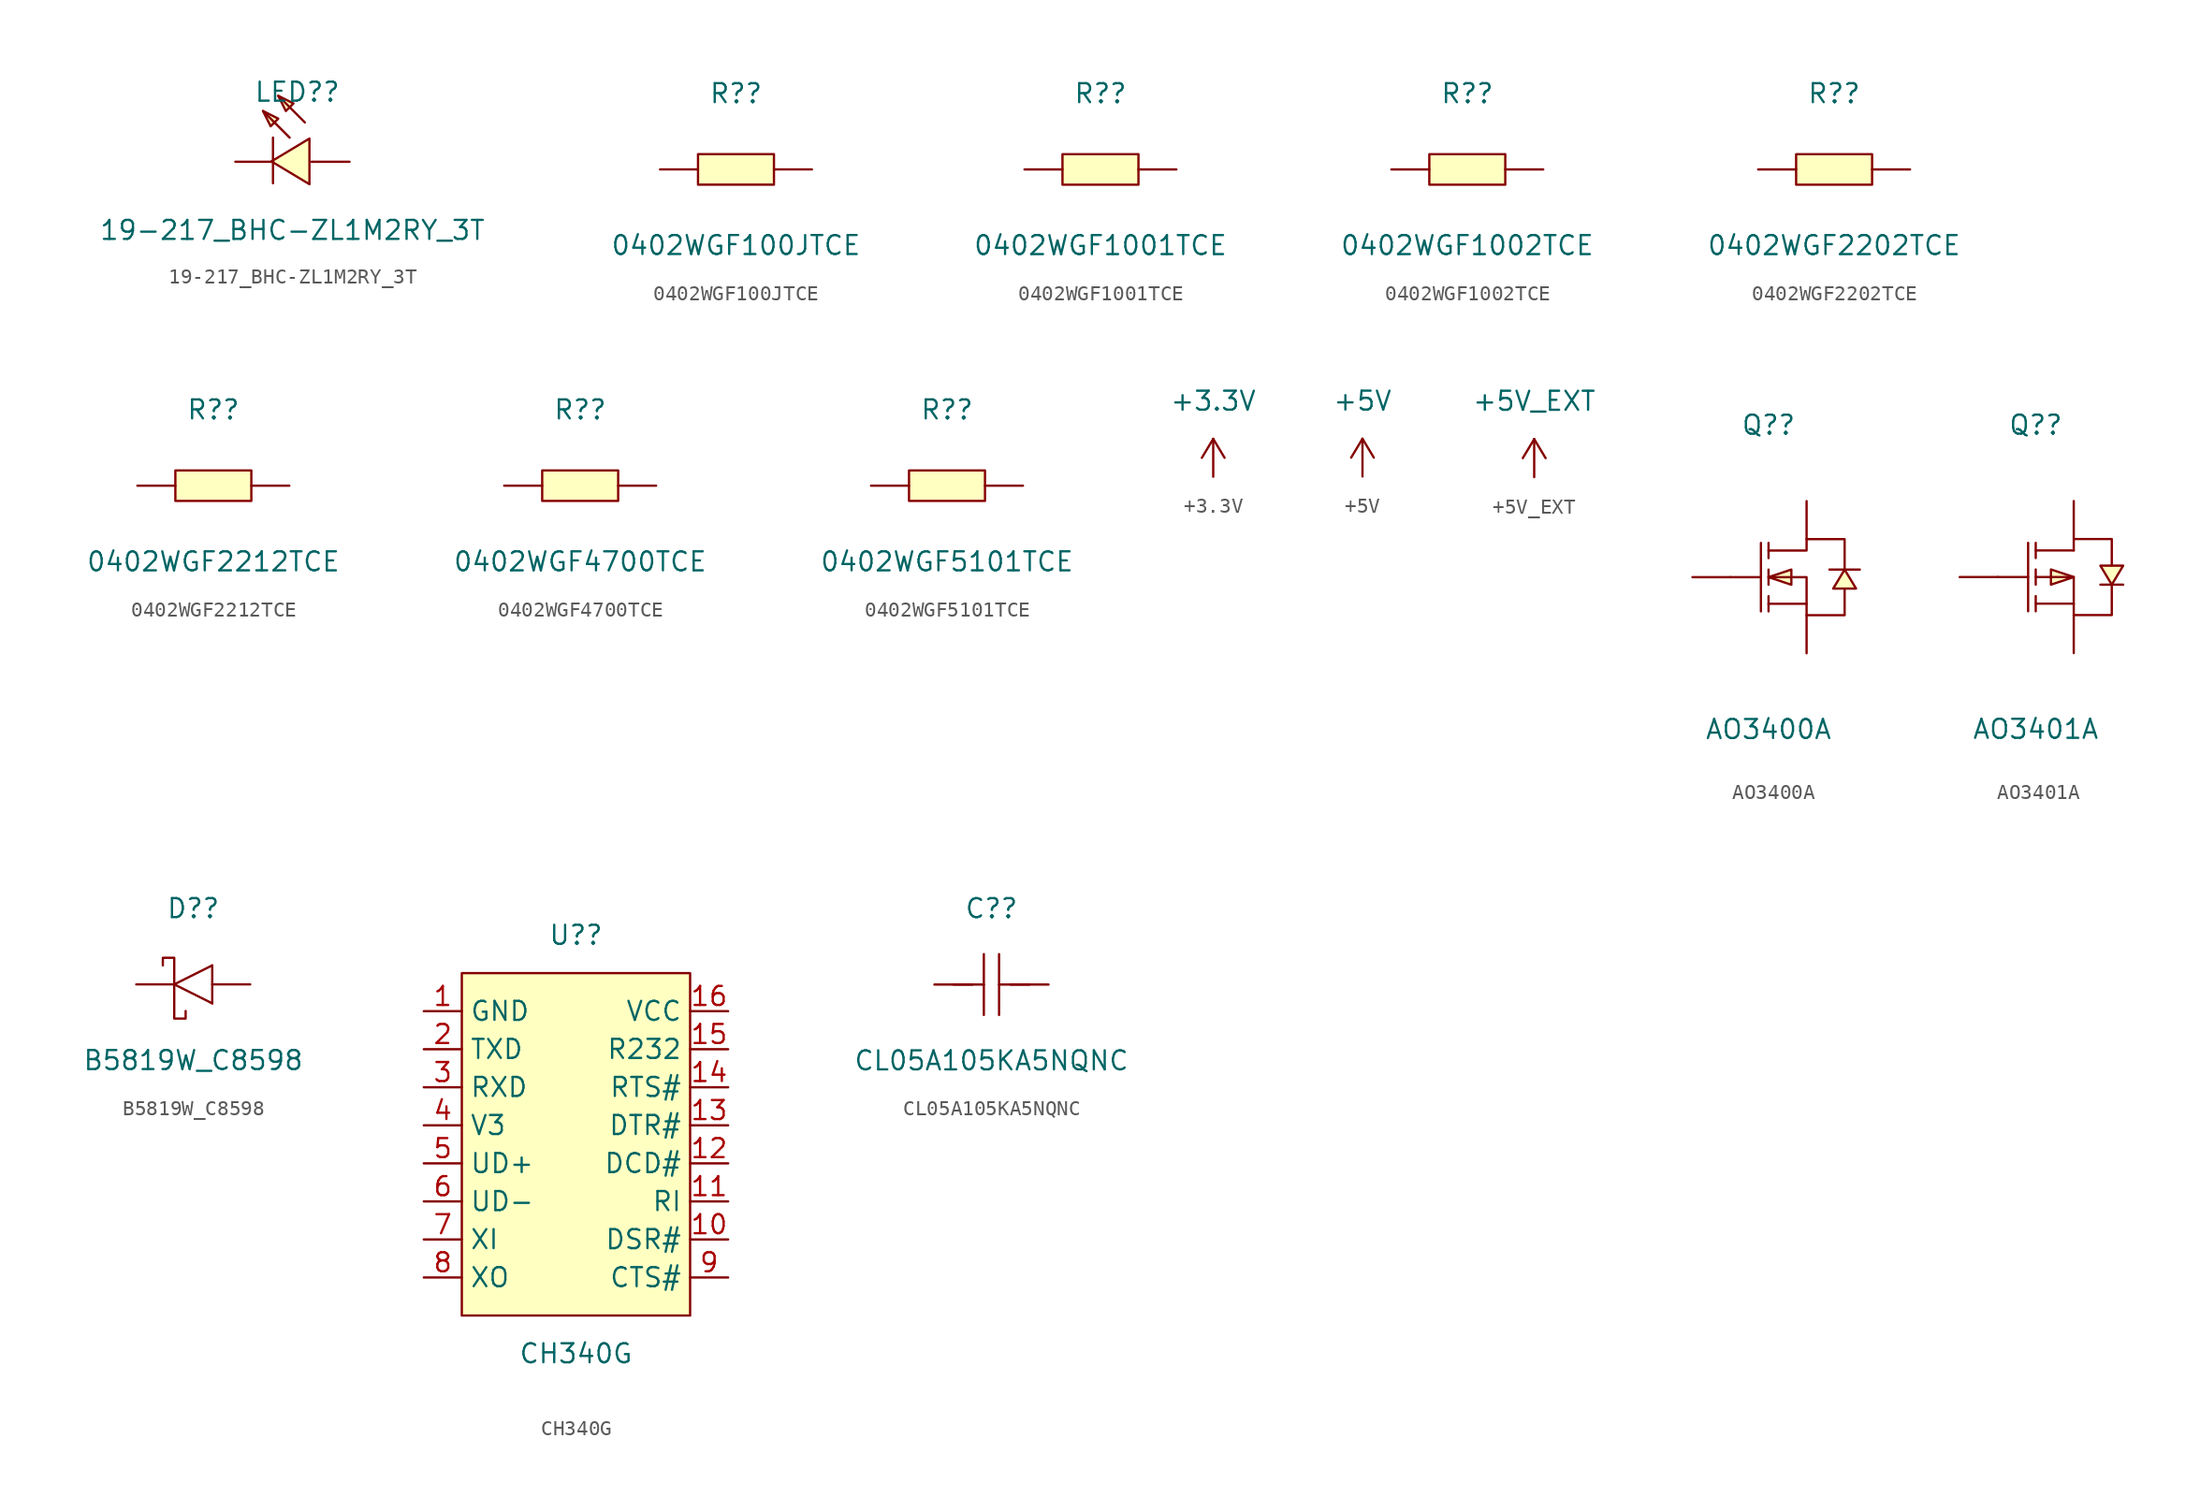
<source format=kicad_sym>
(kicad_symbol_lib
  (version 20211014)
  (generator kicad_symbol_editor)
  (symbol "19-217_BHC-ZL1M2RY_3T"
    (pin_numbers hide)
    (pin_names hide)
    (property "Reference" "LED?"
      (at 0.324 2.117 0)
      (effects (font (size 1.27 1.27))))
    (property "Value" "19-217_BHC-ZL1M2RY_3T"
      (at 0 -7.11 0)
      (effects (font (size 1.27 1.27))))
    (symbol "19-217_BHC-ZL1M2RY_3T_0_1"
      (polyline (pts (xy -1.297 -0.928) (xy -1.297 -3.976)) (stroke (width 0) (type default) (color 0 0 0 0)) (fill (type none)))
      (polyline (pts (xy -0.184 -0.933) (xy -1.962 0.845)) (stroke (width 0) (type default) (color 0 0 0 0)) (fill (type none)))
      (polyline (pts (xy 0.832 0.083) (xy -0.946 1.861)) (stroke (width 0) (type default) (color 0 0 0 0)) (fill (type none)))
      (polyline (pts (xy -1.962 0.845) (xy -0.946 0.337) (xy -1.454 -0.171) (xy -1.962 0.845)) (stroke (width 0) (type default) (color 0 0 0 0)) (fill (type background)))
      (polyline (pts (xy -0.946 1.861) (xy 0.07 1.353) (xy -0.438 0.845) (xy -0.946 1.861)) (stroke (width 0) (type default) (color 0 0 0 0)) (fill (type background)))
      (polyline (pts (xy 1.135 -4.04) (xy -1.405 -2.516) (xy 1.135 -0.992) (xy 1.135 -4.04)) (stroke (width 0) (type default) (color 0 0 0 0)) (fill (type background)))
      (pin passive line (at 3.81 -2.54 180) (length 2.54) (name "A" (effects (font (size 1.27 1.27)))) (number "1" (effects (font (size 1.27 1.27)))))
      (pin passive line (at -3.81 -2.54 0) (length 2.54) (name "C" (effects (font (size 1.27 1.27)))) (number "2" (effects (font (size 1.27 1.27)))))))
  (symbol "0402WGF100JTCE"
    (pin_numbers hide)
    (pin_names hide)
    (property "Reference" "R?"
      (at 0 5.08 0)
      (effects (font (size 1.27 1.27))))
    (property "Value" "0402WGF100JTCE"
      (at 0 -5.08 0)
      (effects (font (size 1.27 1.27))))
    (symbol "0402WGF100JTCE_0_1"
      (rectangle (start -2.54 1.02) (end 2.54 -1.02) (stroke (width 0) (type default) (color 0 0 0 0)) (fill (type background)))
      (pin passive line (at -5.08 0 0) (length 2.54) (name "1" (effects (font (size 1.27 1.27)))) (number "1" (effects (font (size 1.27 1.27)))))
      (pin passive line (at 5.08 0 180) (length 2.54) (name "2" (effects (font (size 1.27 1.27)))) (number "2" (effects (font (size 1.27 1.27)))))))
  (symbol "0402WGF1001TCE"
    (pin_numbers hide)
    (pin_names hide)
    (property "Reference" "R?"
      (at 0 5.08 0)
      (effects (font (size 1.27 1.27))))
    (property "Value" "0402WGF1001TCE"
      (at 0 -5.08 0)
      (effects (font (size 1.27 1.27))))
    (symbol "0402WGF1001TCE_0_1"
      (rectangle (start -2.54 1.02) (end 2.54 -1.02) (stroke (width 0) (type default) (color 0 0 0 0)) (fill (type background)))
      (pin passive line (at -5.08 0 0) (length 2.54) (name "1" (effects (font (size 1.27 1.27)))) (number "1" (effects (font (size 1.27 1.27)))))
      (pin passive line (at 5.08 0 180) (length 2.54) (name "2" (effects (font (size 1.27 1.27)))) (number "2" (effects (font (size 1.27 1.27)))))))
  (symbol "0402WGF1002TCE"
    (pin_numbers hide)
    (pin_names hide)
    (property "Reference" "R?"
      (at 0 5.08 0)
      (effects (font (size 1.27 1.27))))
    (property "Value" "0402WGF1002TCE"
      (at 0 -5.08 0)
      (effects (font (size 1.27 1.27))))
    (symbol "0402WGF1002TCE_0_1"
      (rectangle (start -2.54 1.02) (end 2.54 -1.02) (stroke (width 0) (type default) (color 0 0 0 0)) (fill (type background)))
      (pin passive line (at -5.08 0 0) (length 2.54) (name "1" (effects (font (size 1.27 1.27)))) (number "1" (effects (font (size 1.27 1.27)))))
      (pin passive line (at 5.08 0 180) (length 2.54) (name "2" (effects (font (size 1.27 1.27)))) (number "2" (effects (font (size 1.27 1.27)))))))
  (symbol "0402WGF2202TCE"
    (pin_numbers hide)
    (pin_names hide)
    (property "Reference" "R?"
      (at 0 5.08 0)
      (effects (font (size 1.27 1.27))))
    (property "Value" "0402WGF2202TCE"
      (at 0 -5.08 0)
      (effects (font (size 1.27 1.27))))
    (symbol "0402WGF2202TCE_0_1"
      (rectangle (start -2.54 1.02) (end 2.54 -1.02) (stroke (width 0) (type default) (color 0 0 0 0)) (fill (type background)))
      (pin passive line (at -5.08 0 0) (length 2.54) (name "1" (effects (font (size 1.27 1.27)))) (number "1" (effects (font (size 1.27 1.27)))))
      (pin passive line (at 5.08 0 180) (length 2.54) (name "2" (effects (font (size 1.27 1.27)))) (number "2" (effects (font (size 1.27 1.27)))))))
  (symbol "0402WGF2212TCE"
    (pin_numbers hide)
    (pin_names hide)
    (property "Reference" "R?"
      (at 0 5.08 0)
      (effects (font (size 1.27 1.27))))
    (property "Value" "0402WGF2212TCE"
      (at 0 -5.08 0)
      (effects (font (size 1.27 1.27))))
    (symbol "0402WGF2212TCE_0_1"
      (rectangle (start -2.54 1.02) (end 2.54 -1.02) (stroke (width 0) (type default) (color 0 0 0 0)) (fill (type background)))
      (pin passive line (at -5.08 0 0) (length 2.54) (name "1" (effects (font (size 1.27 1.27)))) (number "1" (effects (font (size 1.27 1.27)))))
      (pin passive line (at 5.08 0 180) (length 2.54) (name "2" (effects (font (size 1.27 1.27)))) (number "2" (effects (font (size 1.27 1.27)))))))
  (symbol "0402WGF4700TCE"
    (pin_numbers hide)
    (pin_names hide)
    (property "Reference" "R?"
      (at 0 5.08 0)
      (effects (font (size 1.27 1.27))))
    (property "Value" "0402WGF4700TCE"
      (at 0 -5.08 0)
      (effects (font (size 1.27 1.27))))
    (symbol "0402WGF4700TCE_0_1"
      (rectangle (start -2.54 1.02) (end 2.54 -1.02) (stroke (width 0) (type default) (color 0 0 0 0)) (fill (type background)))
      (pin passive line (at -5.08 0 0) (length 2.54) (name "1" (effects (font (size 1.27 1.27)))) (number "1" (effects (font (size 1.27 1.27)))))
      (pin passive line (at 5.08 0 180) (length 2.54) (name "2" (effects (font (size 1.27 1.27)))) (number "2" (effects (font (size 1.27 1.27)))))))
  (symbol "0402WGF5101TCE"
    (pin_numbers hide)
    (pin_names hide)
    (property "Reference" "R?"
      (at 0 5.08 0)
      (effects (font (size 1.27 1.27))))
    (property "Value" "0402WGF5101TCE"
      (at 0 -5.08 0)
      (effects (font (size 1.27 1.27))))
    (symbol "0402WGF5101TCE_0_1"
      (rectangle (start -2.54 1.02) (end 2.54 -1.02) (stroke (width 0) (type default) (color 0 0 0 0)) (fill (type background)))
      (pin passive line (at -5.08 0 0) (length 2.54) (name "1" (effects (font (size 1.27 1.27)))) (number "1" (effects (font (size 1.27 1.27)))))
      (pin passive line (at 5.08 0 180) (length 2.54) (name "2" (effects (font (size 1.27 1.27)))) (number "2" (effects (font (size 1.27 1.27)))))))
  (symbol "+3.3V"
    (power)
    (pin_names
      (offset 0))
    (property "Reference" "#PWR0339"
      (at 0 -3.81 0)
      (effects (font (size 1.27 1.27)) hide))
    (property "Value" "+3.3V"
      (at 0 5.08 0)
      (effects (font (size 1.27 1.27))))
    (symbol "+3.3V_0_1"
      (polyline (pts (xy -0.762 1.27) (xy 0 2.54)) (stroke (width 0) (type default) (color 0 0 0 0)) (fill (type none)))
      (polyline (pts (xy 0 0) (xy 0 2.54)) (stroke (width 0) (type default) (color 0 0 0 0)) (fill (type none)))
      (polyline (pts (xy 0 2.54) (xy 0.762 1.27)) (stroke (width 0) (type default) (color 0 0 0 0)) (fill (type none))))
    (symbol "+3.3V_1_1"
      (pin power_out line (at 0 0 90) (length 0) hide (name "+3.3V" (effects (font (size 1.27 1.27)))) (number "1" (effects (font (size 1.27 1.27)))))))
  (symbol "+5V"
    (power)
    (pin_names
      (offset 0))
    (property "Reference" "#PWR0319"
      (at 0 -3.81 0)
      (effects (font (size 1.27 1.27)) hide))
    (property "Value" "+5V"
      (at 0 5.08 0)
      (effects (font (size 1.27 1.27))))
    (symbol "+5V_0_1"
      (polyline (pts (xy -0.762 1.27) (xy 0 2.54)) (stroke (width 0) (type default) (color 0 0 0 0)) (fill (type none)))
      (polyline (pts (xy 0 0) (xy 0 2.54)) (stroke (width 0) (type default) (color 0 0 0 0)) (fill (type none)))
      (polyline (pts (xy 0 2.54) (xy 0.762 1.27)) (stroke (width 0) (type default) (color 0 0 0 0)) (fill (type none))))
    (symbol "+5V_1_1"
      (pin power_out line (at 0 0 90) (length 0) hide (name "+5V" (effects (font (size 1.27 1.27)))) (number "1" (effects (font (size 1.27 1.27)))))))
  (symbol "+5V_EXT"
    (power)
    (pin_names
      (offset 0))
    (property "Reference" "#PWR0336"
      (at 0 -3.81 0)
      (effects (font (size 1.27 1.27)) hide))
    (property "Value" "+5V_EXT"
      (at 0 5.08 0)
      (effects (font (size 1.27 1.27))))
    (symbol "+5V_EXT_0_1"
      (polyline (pts (xy -0.762 1.27) (xy 0 2.54)) (stroke (width 0) (type default) (color 0 0 0 0)) (fill (type none)))
      (polyline (pts (xy 0 0) (xy 0 2.54)) (stroke (width 0) (type default) (color 0 0 0 0)) (fill (type none)))
      (polyline (pts (xy 0 2.54) (xy 0.762 1.27)) (stroke (width 0) (type default) (color 0 0 0 0)) (fill (type none))))
    (symbol "+5V_EXT_1_1"
      (pin power_out line (at 0 0 90) (length 0) hide (name "+5V_EXT" (effects (font (size 1.27 1.27)))) (number "1" (effects (font (size 1.27 1.27)))))))
  (symbol "AO3400A"
    (pin_numbers hide)
    (pin_names hide)
    (property "Reference" "Q?"
      (at 0 10.16 0)
      (effects (font (size 1.27 1.27))))
    (property "Value" "AO3400A"
      (at 0 -10.16 0)
      (effects (font (size 1.27 1.27))))
    (symbol "AO3400A_0_1"
      (polyline (pts (xy -2.54 0) (xy -0.508 0)) (stroke (width 0) (type default) (color 0 0 0 0)) (fill (type none)))
      (polyline (pts (xy -0.508 2.286) (xy -0.508 -2.286)) (stroke (width 0) (type default) (color 0 0 0 0)) (fill (type none)))
      (polyline (pts (xy 0 -2.286) (xy 0 -1.27)) (stroke (width 0) (type default) (color 0 0 0 0)) (fill (type none)))
      (polyline (pts (xy 0 -0.508) (xy 0 0.508)) (stroke (width 0) (type default) (color 0 0 0 0)) (fill (type none)))
      (polyline (pts (xy 0 2.286) (xy 0 1.27)) (stroke (width 0) (type default) (color 0 0 0 0)) (fill (type none)))
      (polyline (pts (xy 2.54 -1.778) (xy 0 -1.778)) (stroke (width 0) (type default) (color 0 0 0 0)) (fill (type none)))
      (polyline (pts (xy 0 0) (xy 1.524 -0.508) (xy 1.524 0.508) (xy 0 0)) (stroke (width 0) (type default) (color 0 0 0 0)) (fill (type background)))
      (polyline (pts (xy 5.08 0.508) (xy 4.318 -0.762) (xy 5.842 -0.762) (xy 5.08 0.508)) (stroke (width 0) (type default) (color 0 0 0 0)) (fill (type background)))
      (polyline (pts (xy 6.096 0.508) (xy 5.588 0.508) (xy 4.572 0.508) (xy 4.064 0.508)) (stroke (width 0) (type default) (color 0 0 0 0)) (fill (type none)))
      (polyline (pts (xy 0 0) (xy 2.54 0) (xy 2.54 -2.54) (xy 5.08 -2.54) (xy 5.08 -0.762)) (stroke (width 0) (type default) (color 0 0 0 0)) (fill (type none)))
      (polyline (pts (xy 0 1.778) (xy 2.54 1.778) (xy 2.54 2.54) (xy 5.08 2.54) (xy 5.08 0.508)) (stroke (width 0) (type default) (color 0 0 0 0)) (fill (type none)))
      (pin passive line (at -5.08 0 0) (length 2.54) (name "G" (effects (font (size 1.27 1.27)))) (number "1" (effects (font (size 1.27 1.27)))))
      (pin passive line (at 2.54 -5.08 90) (length 2.54) (name "S" (effects (font (size 1.27 1.27)))) (number "2" (effects (font (size 1.27 1.27)))))
      (pin passive line (at 2.54 5.08 270) (length 2.54) (name "D" (effects (font (size 1.27 1.27)))) (number "3" (effects (font (size 1.27 1.27)))))))
  (symbol "AO3401A"
    (pin_numbers hide)
    (pin_names hide)
    (property "Reference" "Q?"
      (at 0 10.16 0)
      (effects (font (size 1.27 1.27))))
    (property "Value" "AO3401A"
      (at 0 -10.16 0)
      (effects (font (size 1.27 1.27))))
    (symbol "AO3401A_0_1"
      (polyline (pts (xy -2.54 0) (xy -0.508 0)) (stroke (width 0) (type default) (color 0 0 0 0)) (fill (type none)))
      (polyline (pts (xy -0.508 2.286) (xy -0.508 -2.286)) (stroke (width 0) (type default) (color 0 0 0 0)) (fill (type none)))
      (polyline (pts (xy 0 -2.286) (xy 0 -1.27)) (stroke (width 0) (type default) (color 0 0 0 0)) (fill (type none)))
      (polyline (pts (xy 0 -0.508) (xy 0 0.508)) (stroke (width 0) (type default) (color 0 0 0 0)) (fill (type none)))
      (polyline (pts (xy 0 1.27) (xy 0 2.286)) (stroke (width 0) (type default) (color 0 0 0 0)) (fill (type none)))
      (polyline (pts (xy 2.54 -1.778) (xy 0 -1.778)) (stroke (width 0) (type default) (color 0 0 0 0)) (fill (type none)))
      (polyline (pts (xy 2.54 1.778) (xy 0 1.778)) (stroke (width 0) (type default) (color 0 0 0 0)) (fill (type none)))
      (polyline (pts (xy 0 0) (xy 2.54 0) (xy 2.54 -2.54)) (stroke (width 0) (type default) (color 0 0 0 0)) (fill (type none)))
      (polyline (pts (xy 2.54 -2.54) (xy 5.08 -2.54) (xy 5.08 -0.508)) (stroke (width 0) (type default) (color 0 0 0 0)) (fill (type none)))
      (polyline (pts (xy 2.54 0) (xy 1.016 0.508) (xy 1.016 -0.508) (xy 2.54 0)) (stroke (width 0) (type default) (color 0 0 0 0)) (fill (type background)))
      (polyline (pts (xy 2.54 1.778) (xy 2.54 2.54) (xy 5.08 2.54) (xy 5.08 0.762)) (stroke (width 0) (type default) (color 0 0 0 0)) (fill (type none)))
      (polyline (pts (xy 5.08 -0.508) (xy 5.842 0.762) (xy 4.318 0.762) (xy 5.08 -0.508)) (stroke (width 0) (type default) (color 0 0 0 0)) (fill (type background)))
      (polyline (pts (xy 5.842 -0.508) (xy 5.588 -0.508) (xy 4.572 -0.508) (xy 4.318 -0.508)) (stroke (width 0) (type default) (color 0 0 0 0)) (fill (type none)))
      (pin passive line (at -5.08 0 0) (length 2.54) (name "G" (effects (font (size 1.27 1.27)))) (number "1" (effects (font (size 1.27 1.27)))))
      (pin passive line (at 2.54 -5.08 90) (length 2.54) (name "S" (effects (font (size 1.27 1.27)))) (number "2" (effects (font (size 1.27 1.27)))))
      (pin passive line (at 2.54 5.08 270) (length 2.54) (name "D" (effects (font (size 1.27 1.27)))) (number "3" (effects (font (size 1.27 1.27)))))))
  (symbol "B5819W_C8598"
    (pin_numbers hide)
    (pin_names hide)
    (property "Reference" "D?"
      (at 0 5.08 0)
      (effects (font (size 1.27 1.27))))
    (property "Value" "B5819W_C8598"
      (at 0 -5.08 0)
      (effects (font (size 1.27 1.27))))
    (symbol "B5819W_C8598_0_1"
      (polyline (pts (xy 1.27 1.27) (xy 1.27 -1.27)) (stroke (width 0) (type default) (color 0 0 0 0)) (fill (type none)))
      (polyline (pts (xy 1.27 1.27) (xy -1.27 0) (xy 1.27 -1.27)) (stroke (width 0) (type default) (color 0 0 0 0)) (fill (type none)))
      (polyline (pts (xy -0.508 -1.778) (xy -0.508 -2.286) (xy -1.27 -2.286) (xy -1.27 1.016) (xy -1.27 1.778) (xy -2.032 1.778) (xy -2.032 1.27)) (stroke (width 0) (type default) (color 0 0 0 0)) (fill (type none)))
      (pin passive line (at -3.81 0 0) (length 2.54) (name "-" (effects (font (size 1.27 1.27)))) (number "1" (effects (font (size 1.27 1.27)))))
      (pin passive line (at 3.81 0 180) (length 2.54) (name "+" (effects (font (size 1.27 1.27)))) (number "2" (effects (font (size 1.27 1.27)))))))
  (symbol "CH340G"
    (property "Reference" "U?"
      (at 0 13.97 0)
      (effects (font (size 1.27 1.27))))
    (property "Value" "CH340G"
      (at 0 -13.97 0)
      (effects (font (size 1.27 1.27))))
    (symbol "CH340G_0_1"
      (rectangle (start -7.62 11.43) (end 7.62 -11.43) (stroke (width 0) (type default) (color 0 0 0 0)) (fill (type background)))
      (pin passive line (at -10.16 8.89 0) (length 2.54) (name "GND" (effects (font (size 1.27 1.27)))) (number "1" (effects (font (size 1.27 1.27)))))
      (pin passive line (at 10.16 -6.35 180) (length 2.54) (name "DSR#" (effects (font (size 1.27 1.27)))) (number "10" (effects (font (size 1.27 1.27)))))
      (pin passive line (at 10.16 -3.81 180) (length 2.54) (name "RI" (effects (font (size 1.27 1.27)))) (number "11" (effects (font (size 1.27 1.27)))))
      (pin passive line (at 10.16 -1.27 180) (length 2.54) (name "DCD#" (effects (font (size 1.27 1.27)))) (number "12" (effects (font (size 1.27 1.27)))))
      (pin passive line (at 10.16 1.27 180) (length 2.54) (name "DTR#" (effects (font (size 1.27 1.27)))) (number "13" (effects (font (size 1.27 1.27)))))
      (pin passive line (at 10.16 3.81 180) (length 2.54) (name "RTS#" (effects (font (size 1.27 1.27)))) (number "14" (effects (font (size 1.27 1.27)))))
      (pin passive line (at 10.16 6.35 180) (length 2.54) (name "R232" (effects (font (size 1.27 1.27)))) (number "15" (effects (font (size 1.27 1.27)))))
      (pin passive line (at 10.16 8.89 180) (length 2.54) (name "VCC" (effects (font (size 1.27 1.27)))) (number "16" (effects (font (size 1.27 1.27)))))
      (pin passive line (at -10.16 6.35 0) (length 2.54) (name "TXD" (effects (font (size 1.27 1.27)))) (number "2" (effects (font (size 1.27 1.27)))))
      (pin passive line (at -10.16 3.81 0) (length 2.54) (name "RXD" (effects (font (size 1.27 1.27)))) (number "3" (effects (font (size 1.27 1.27)))))
      (pin passive line (at -10.16 1.27 0) (length 2.54) (name "V3" (effects (font (size 1.27 1.27)))) (number "4" (effects (font (size 1.27 1.27)))))
      (pin passive line (at -10.16 -1.27 0) (length 2.54) (name "UD+" (effects (font (size 1.27 1.27)))) (number "5" (effects (font (size 1.27 1.27)))))
      (pin passive line (at -10.16 -3.81 0) (length 2.54) (name "UD-" (effects (font (size 1.27 1.27)))) (number "6" (effects (font (size 1.27 1.27)))))
      (pin passive line (at -10.16 -6.35 0) (length 2.54) (name "XI" (effects (font (size 1.27 1.27)))) (number "7" (effects (font (size 1.27 1.27)))))
      (pin passive line (at -10.16 -8.89 0) (length 2.54) (name "XO" (effects (font (size 1.27 1.27)))) (number "8" (effects (font (size 1.27 1.27)))))
      (pin passive line (at 10.16 -8.89 180) (length 2.54) (name "CTS#" (effects (font (size 1.27 1.27)))) (number "9" (effects (font (size 1.27 1.27)))))))
  (symbol "CL05A105KA5NQNC"
    (pin_numbers hide)
    (pin_names hide)
    (property "Reference" "C?"
      (at 0 5.08 0)
      (effects (font (size 1.27 1.27))))
    (property "Value" "CL05A105KA5NQNC"
      (at 0 -5.08 0)
      (effects (font (size 1.27 1.27))))
    (symbol "CL05A105KA5NQNC_0_1"
      (polyline (pts (xy -0.508 -2.032) (xy -0.508 2.032)) (stroke (width 0) (type default) (color 0 0 0 0)) (fill (type none)))
      (polyline (pts (xy -0.508 0) (xy -2.54 0)) (stroke (width 0) (type default) (color 0 0 0 0)) (fill (type none)))
      (polyline (pts (xy 0.508 2.032) (xy 0.508 -2.032)) (stroke (width 0) (type default) (color 0 0 0 0)) (fill (type none)))
      (polyline (pts (xy 2.54 0) (xy 0.508 0)) (stroke (width 0) (type default) (color 0 0 0 0)) (fill (type none)))
      (pin passive line (at -3.81 0 0) (length 2.54) (name "1" (effects (font (size 1.27 1.27)))) (number "1" (effects (font (size 1.27 1.27)))))
      (pin passive line (at 3.81 0 180) (length 2.54) (name "2" (effects (font (size 1.27 1.27)))) (number "2" (effects (font (size 1.27 1.27))))))))
</source>
